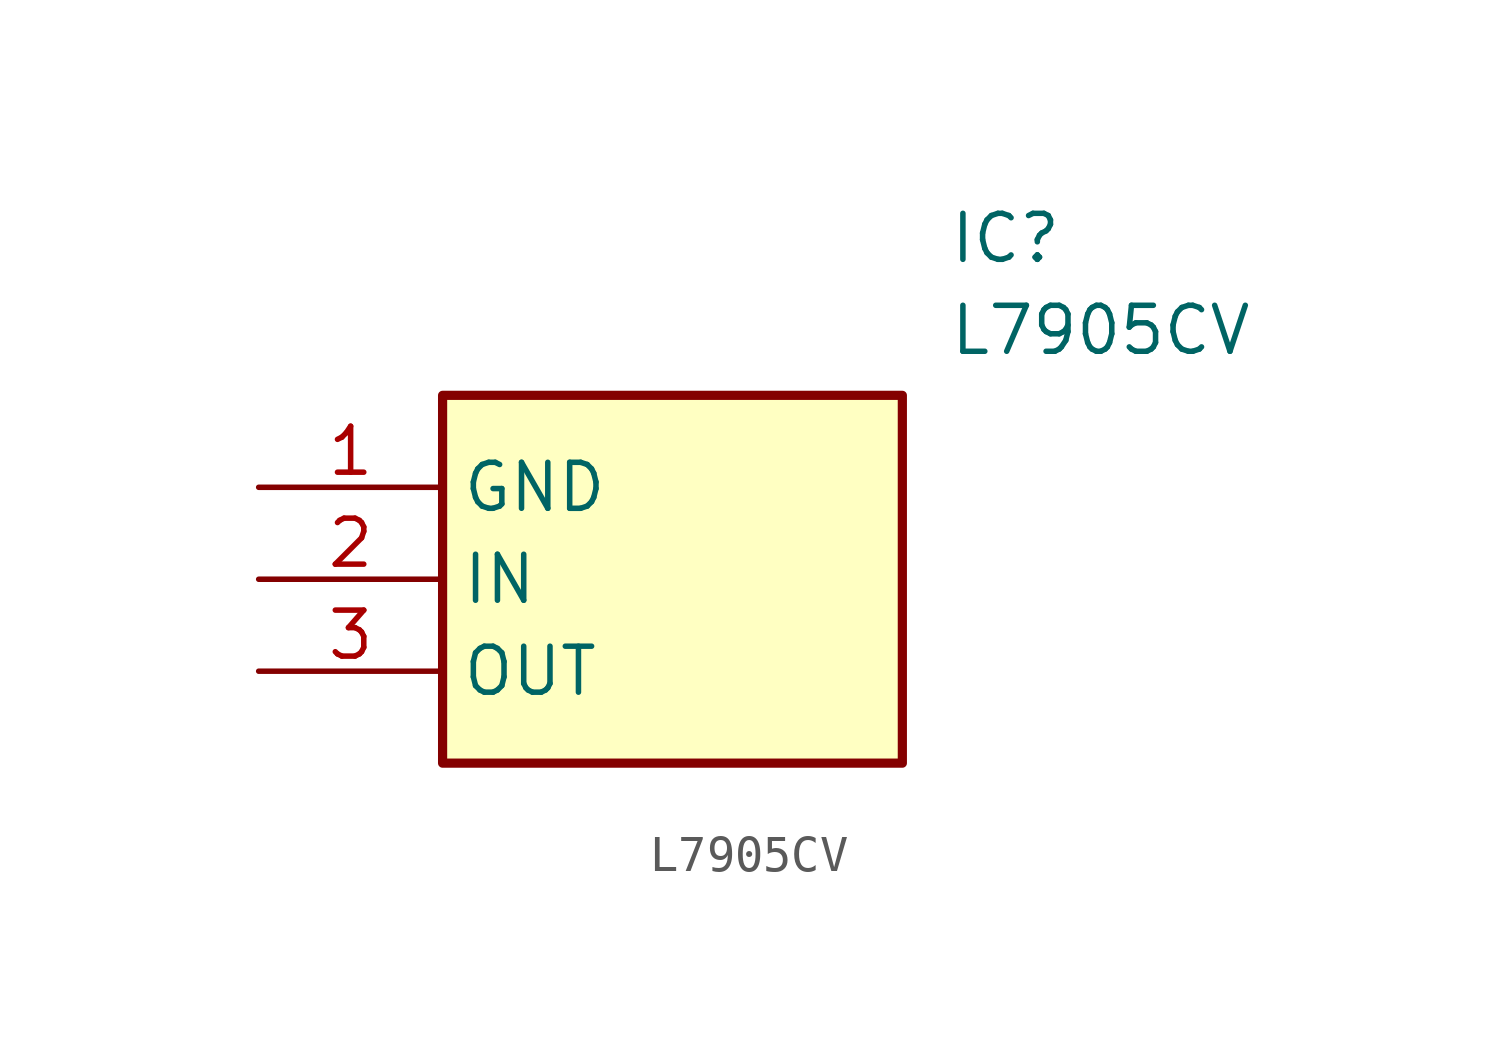
<source format=kicad_sym>
(kicad_symbol_lib
  (version 20211014)
  (generator SamacSys_ECAD_Model)
  (symbol "L7905CV"
    (property "Reference" "IC"
      (at 19.05 7.62 0)
      (effects (font (size 1.27 1.27)) (justify left top)))
    (property "Value" "L7905CV"
      (at 19.05 5.08 0)
      (effects (font (size 1.27 1.27)) (justify left top)))
    (rectangle
      (start 5.08 2.54)
      (end 17.78 -7.62)
      (stroke (width 0.254) (type default))
      (fill (type background)))
    (pin power_in line
      (at 0 0 0)
      (length 5.08)
      (name "GND" (effects (font (size 1.27 1.27))))
      (number "1" (effects (font (size 1.27 1.27)))))
    (pin power_in line
      (at 0 -2.54 0)
      (length 5.08)
      (name "IN" (effects (font (size 1.27 1.27))))
      (number "2" (effects (font (size 1.27 1.27)))))
    (pin power_in line
      (at 0 -5.08 0)
      (length 5.08)
      (name "OUT" (effects (font (size 1.27 1.27))))
      (number "3" (effects (font (size 1.27 1.27)))))))
</source>
